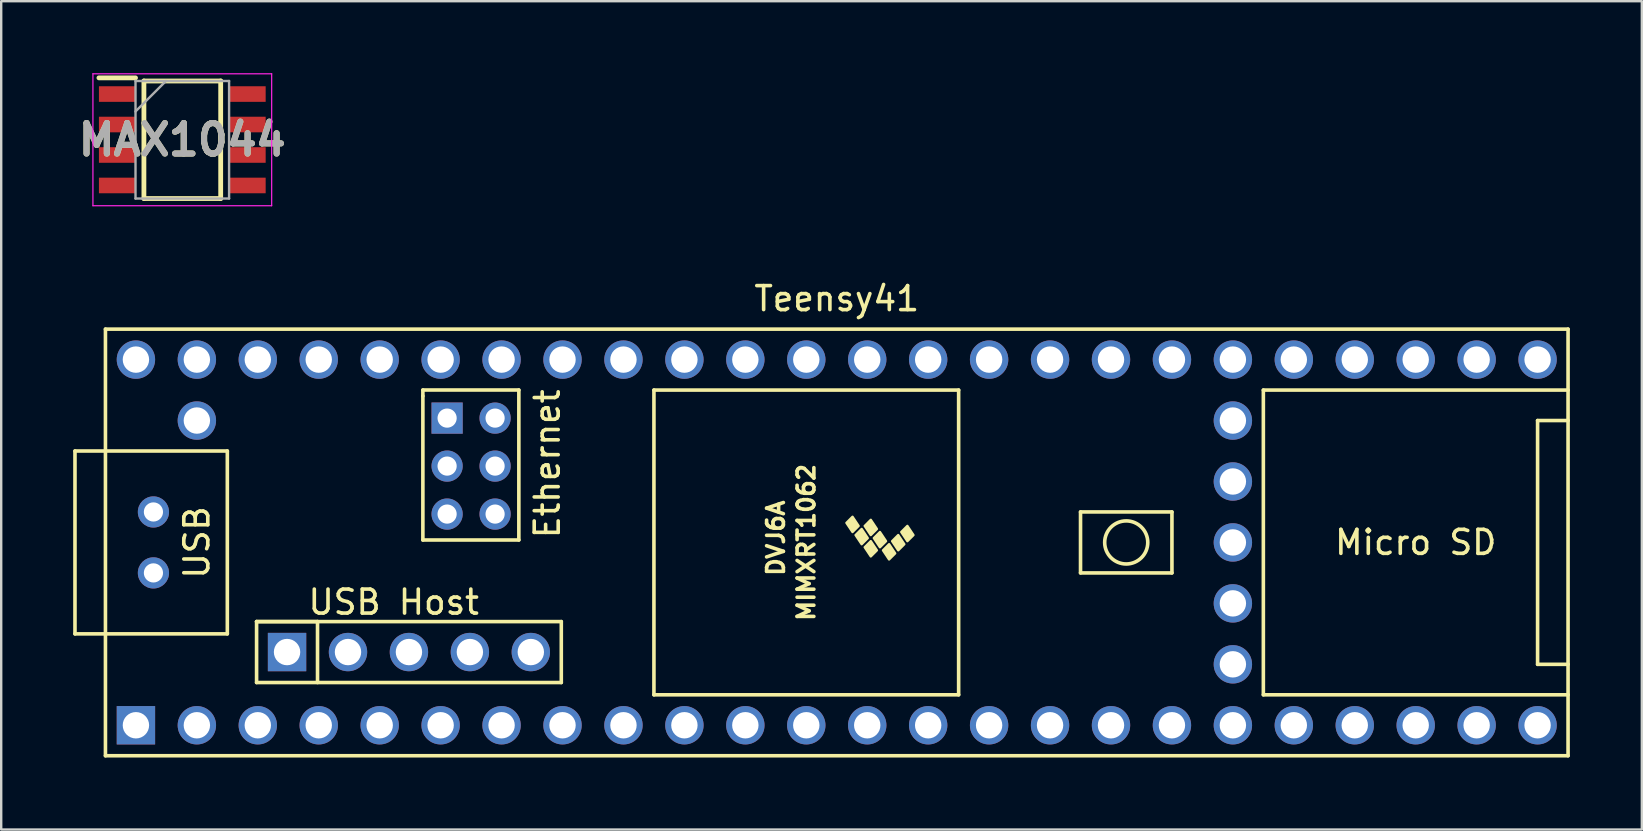
<source format=kicad_pcb>
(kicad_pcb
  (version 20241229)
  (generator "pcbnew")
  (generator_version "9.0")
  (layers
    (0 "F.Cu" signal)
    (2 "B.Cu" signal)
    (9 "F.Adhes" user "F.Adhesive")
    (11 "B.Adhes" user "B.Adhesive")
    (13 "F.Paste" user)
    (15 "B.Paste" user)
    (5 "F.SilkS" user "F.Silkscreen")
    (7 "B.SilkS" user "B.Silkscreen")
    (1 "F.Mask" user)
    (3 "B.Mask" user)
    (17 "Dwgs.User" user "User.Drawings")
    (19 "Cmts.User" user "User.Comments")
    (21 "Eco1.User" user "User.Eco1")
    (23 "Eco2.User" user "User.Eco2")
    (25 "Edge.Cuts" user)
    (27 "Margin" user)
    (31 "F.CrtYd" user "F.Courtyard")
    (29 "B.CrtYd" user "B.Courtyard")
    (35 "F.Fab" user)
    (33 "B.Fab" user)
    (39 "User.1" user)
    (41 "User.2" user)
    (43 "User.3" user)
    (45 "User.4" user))
  (footprint "MAX1044"
    (layer "F.Cu")
    (at 4.548 2.775)
    (property "Reference" "MAX1044" (at 0 0 0) (layer "F.SilkS") (effects (font (size 1.27 1.27) (thickness 0.254))))
    (attr smd)
    (fp_line (start -3.475 -2.58) (end -1.95 -2.58) (stroke (width 0.2) (type solid)) (layer "F.SilkS"))
    (fp_line (start -1.6 -2.45) (end 1.6 -2.45) (stroke (width 0.2) (type solid)) (layer "F.SilkS"))
    (fp_line (start -1.6 2.45) (end -1.6 -2.45) (stroke (width 0.2) (type solid)) (layer "F.SilkS"))
    (fp_line (start 1.6 -2.45) (end 1.6 2.45) (stroke (width 0.2) (type solid)) (layer "F.SilkS"))
    (fp_line (start 1.6 2.45) (end -1.6 2.45) (stroke (width 0.2) (type solid)) (layer "F.SilkS"))
    (fp_line (start -3.725 -2.75) (end 3.725 -2.75) (stroke (width 0.05) (type solid)) (layer "F.CrtYd"))
    (fp_line (start -3.725 2.75) (end -3.725 -2.75) (stroke (width 0.05) (type solid)) (layer "F.CrtYd"))
    (fp_line (start 3.725 -2.75) (end 3.725 2.75) (stroke (width 0.05) (type solid)) (layer "F.CrtYd"))
    (fp_line (start 3.725 2.75) (end -3.725 2.75) (stroke (width 0.05) (type solid)) (layer "F.CrtYd"))
    (fp_line (start -1.95 -2.45) (end 1.95 -2.45) (stroke (width 0.1) (type solid)) (layer "F.Fab"))
    (fp_line (start -1.95 -1.18) (end -0.68 -2.45) (stroke (width 0.1) (type solid)) (layer "F.Fab"))
    (fp_line (start -1.95 2.45) (end -1.95 -2.45) (stroke (width 0.1) (type solid)) (layer "F.Fab"))
    (fp_line (start 1.95 -2.45) (end 1.95 2.45) (stroke (width 0.1) (type solid)) (layer "F.Fab"))
    (fp_line (start 1.95 2.45) (end -1.95 2.45) (stroke (width 0.1) (type solid)) (layer "F.Fab"))
    (fp_text user "${REFERENCE}" (at 0 0 0) (layer "F.Fab") (effects (font (size 1.27 1.27) (thickness 0.254))))
    (pad "1" smd rect (at -2.712 -1.905 90) (size 0.65 1.525) (layers "F.Cu" "F.Mask" "F.Paste"))
    (pad "2" smd rect (at -2.712 -0.635 90) (size 0.65 1.525) (layers "F.Cu" "F.Mask" "F.Paste"))
    (pad "3" smd rect (at -2.712 0.635 90) (size 0.65 1.525) (layers "F.Cu" "F.Mask" "F.Paste"))
    (pad "4" smd rect (at -2.712 1.905 90) (size 0.65 1.525) (layers "F.Cu" "F.Mask" "F.Paste"))
    (pad "5" smd rect (at 2.712 1.905 90) (size 0.65 1.525) (layers "F.Cu" "F.Mask" "F.Paste"))
    (pad "6" smd rect (at 2.712 0.635 90) (size 0.65 1.525) (layers "F.Cu" "F.Mask" "F.Paste"))
    (pad "7" smd rect (at 2.712 -0.635 90) (size 0.65 1.525) (layers "F.Cu" "F.Mask" "F.Paste"))
    (pad "8" smd rect (at 2.712 -1.905 90) (size 0.65 1.525) (layers "F.Cu" "F.Mask" "F.Paste")))
  (footprint "Teensy41"
    (layer "F.Cu")
    (at 31.825 19.558)
    (property "Reference" "Teensy41" (at 0 -10.16 0) (layer "F.SilkS") (effects (font (size 1 1) (thickness 0.15))))
    (attr through_hole)
    (fp_line (start -31.75 -3.81) (end -30.48 -3.81) (stroke (width 0.15) (type solid)) (layer "F.SilkS"))
    (fp_line (start -31.75 3.81) (end -31.75 -3.81) (stroke (width 0.15) (type solid)) (layer "F.SilkS"))
    (fp_line (start -30.48 -8.89) (end 30.48 -8.89) (stroke (width 0.15) (type solid)) (layer "F.SilkS"))
    (fp_line (start -30.48 3.81) (end -31.75 3.81) (stroke (width 0.15) (type solid)) (layer "F.SilkS"))
    (fp_line (start -30.48 8.89) (end -30.48 -8.89) (stroke (width 0.15) (type solid)) (layer "F.SilkS"))
    (fp_line (start -25.4 -3.81) (end -30.48 -3.81) (stroke (width 0.15) (type solid)) (layer "F.SilkS"))
    (fp_line (start -25.4 3.81) (end -30.48 3.81) (stroke (width 0.15) (type solid)) (layer "F.SilkS"))
    (fp_line (start -25.4 3.81) (end -25.4 -3.81) (stroke (width 0.15) (type solid)) (layer "F.SilkS"))
    (fp_line (start -24.181 3.299) (end -21.641 3.299) (stroke (width 0.15) (type solid)) (layer "F.SilkS"))
    (fp_line (start -24.181 3.299) (end -11.481 3.299) (stroke (width 0.15) (type solid)) (layer "F.SilkS"))
    (fp_line (start -24.181 5.839) (end -24.181 3.299) (stroke (width 0.15) (type solid)) (layer "F.SilkS"))
    (fp_line (start -21.641 3.299) (end -21.641 5.839) (stroke (width 0.15) (type solid)) (layer "F.SilkS"))
    (fp_line (start -17.25 -6.352) (end -17.25 -6.102) (stroke (width 0.15) (type solid)) (layer "F.SilkS"))
    (fp_line (start -17.25 -6.102) (end -17.25 -0.102) (stroke (width 0.15) (type solid)) (layer "F.SilkS"))
    (fp_line (start -17.25 -0.102) (end -13.25 -0.102) (stroke (width 0.15) (type solid)) (layer "F.SilkS"))
    (fp_line (start -13.25 -6.352) (end -17.25 -6.352) (stroke (width 0.15) (type solid)) (layer "F.SilkS"))
    (fp_line (start -13.25 -0.102) (end -13.25 -6.352) (stroke (width 0.15) (type solid)) (layer "F.SilkS"))
    (fp_line (start -11.481 3.299) (end -11.481 5.839) (stroke (width 0.15) (type solid)) (layer "F.SilkS"))
    (fp_line (start -11.481 5.839) (end -24.181 5.839) (stroke (width 0.15) (type solid)) (layer "F.SilkS"))
    (fp_line (start -7.62 -6.35) (end -7.62 6.35) (stroke (width 0.15) (type solid)) (layer "F.SilkS"))
    (fp_line (start -7.62 6.35) (end 5.08 6.35) (stroke (width 0.15) (type solid)) (layer "F.SilkS"))
    (fp_line (start 5.08 -6.35) (end -7.62 -6.35) (stroke (width 0.15) (type solid)) (layer "F.SilkS"))
    (fp_line (start 5.08 6.35) (end 5.08 -6.35) (stroke (width 0.15) (type solid)) (layer "F.SilkS"))
    (fp_line (start 10.16 -1.27) (end 13.97 -1.27) (stroke (width 0.15) (type solid)) (layer "F.SilkS"))
    (fp_line (start 10.16 1.27) (end 10.16 -1.27) (stroke (width 0.15) (type solid)) (layer "F.SilkS"))
    (fp_line (start 13.97 -1.27) (end 13.97 1.27) (stroke (width 0.15) (type solid)) (layer "F.SilkS"))
    (fp_line (start 13.97 1.27) (end 10.16 1.27) (stroke (width 0.15) (type solid)) (layer "F.SilkS"))
    (fp_line (start 17.78 -6.35) (end 17.78 6.35) (stroke (width 0.15) (type solid)) (layer "F.SilkS"))
    (fp_line (start 17.78 6.35) (end 30.48 6.35) (stroke (width 0.15) (type solid)) (layer "F.SilkS"))
    (fp_line (start 29.21 -5.08) (end 29.21 5.08) (stroke (width 0.15) (type solid)) (layer "F.SilkS"))
    (fp_line (start 29.21 5.08) (end 30.48 5.08) (stroke (width 0.15) (type solid)) (layer "F.SilkS"))
    (fp_line (start 30.48 -8.89) (end 30.48 8.89) (stroke (width 0.15) (type solid)) (layer "F.SilkS"))
    (fp_line (start 30.48 -6.35) (end 17.78 -6.35) (stroke (width 0.15) (type solid)) (layer "F.SilkS"))
    (fp_line (start 30.48 -5.08) (end 29.21 -5.08) (stroke (width 0.15) (type solid)) (layer "F.SilkS"))
    (fp_line (start 30.48 8.89) (end -30.48 8.89) (stroke (width 0.15) (type solid)) (layer "F.SilkS"))
    (fp_circle (center 12.065 0) (end 12.7 -0.635) (stroke (width 0.15) (type solid)) (fill no) (layer "F.SilkS"))
    (fp_poly (pts (xy 0.911 -0.688) (xy 0.657 -0.434) (xy 0.403 -0.815) (xy 0.657 -1.069)) (stroke (width 0.1) (type solid)) (fill yes) (layer "F.SilkS"))
    (fp_poly (pts (xy 1.292 -0.18) (xy 1.038 0.074) (xy 0.784 -0.307) (xy 1.038 -0.561)) (stroke (width 0.1) (type solid)) (fill yes) (layer "F.SilkS"))
    (fp_poly (pts (xy 1.673 -0.561) (xy 1.419 -0.307) (xy 1.165 -0.688) (xy 1.419 -0.942)) (stroke (width 0.1) (type solid)) (fill yes) (layer "F.SilkS"))
    (fp_poly (pts (xy 1.673 0.328) (xy 1.419 0.582) (xy 1.165 0.201) (xy 1.419 -0.053)) (stroke (width 0.1) (type solid)) (fill yes) (layer "F.SilkS"))
    (fp_poly (pts (xy 2.054 -0.053) (xy 1.8 0.201) (xy 1.546 -0.18) (xy 1.8 -0.434)) (stroke (width 0.1) (type solid)) (fill yes) (layer "F.SilkS"))
    (fp_poly (pts (xy 2.435 0.455) (xy 2.181 0.709) (xy 1.927 0.328) (xy 2.181 0.074)) (stroke (width 0.1) (type solid)) (fill yes) (layer "F.SilkS"))
    (fp_poly (pts (xy 2.816 0.074) (xy 2.562 0.328) (xy 2.308 -0.053) (xy 2.562 -0.307)) (stroke (width 0.1) (type solid)) (fill yes) (layer "F.SilkS"))
    (fp_poly (pts (xy 3.197 -0.307) (xy 2.943 -0.053) (xy 2.689 -0.434) (xy 2.943 -0.688)) (stroke (width 0.1) (type solid)) (fill yes) (layer "F.SilkS"))
    (fp_text user "USB Host" (at -18.466 2.489 0) (layer "F.SilkS") (effects (font (size 1 1) (thickness 0.15))))
    (fp_text user "Ethernet" (at -12.065 -3.277 90) (layer "F.SilkS") (effects (font (size 1 1) (thickness 0.15))))
    (fp_text user "USB" (at -26.67 0 270) (layer "F.SilkS") (effects (font (size 1 1) (thickness 0.15))))
    (fp_text user "Micro SD" (at 24.13 0 0) (layer "F.SilkS") (effects (font (size 1 1) (thickness 0.15))))
    (fp_text user "DVJ6A" (at -2.54 -0.18 270) (layer "F.SilkS") (effects (font (size 0.7 0.7) (thickness 0.15))))
    (fp_text user "MIMXRT1062" (at -1.27 0 270) (layer "F.SilkS") (effects (font (size 0.7 0.7) (thickness 0.15))))
    (pad "1" thru_hole rect (at -29.21 7.62) (size 1.6 1.6) (drill 1.1) (layers "*.Cu" "*.Mask"))
    (pad "2" thru_hole circle (at -26.67 7.62) (size 1.6 1.6) (drill 1.1) (layers "*.Cu" "*.Mask"))
    (pad "3" thru_hole circle (at -24.13 7.62) (size 1.6 1.6) (drill 1.1) (layers "*.Cu" "*.Mask"))
    (pad "4" thru_hole circle (at -21.59 7.62) (size 1.6 1.6) (drill 1.1) (layers "*.Cu" "*.Mask"))
    (pad "5" thru_hole circle (at -19.05 7.62) (size 1.6 1.6) (drill 1.1) (layers "*.Cu" "*.Mask"))
    (pad "6" thru_hole circle (at -16.51 7.62) (size 1.6 1.6) (drill 1.1) (layers "*.Cu" "*.Mask"))
    (pad "7" thru_hole circle (at -13.97 7.62) (size 1.6 1.6) (drill 1.1) (layers "*.Cu" "*.Mask"))
    (pad "8" thru_hole circle (at -11.43 7.62) (size 1.6 1.6) (drill 1.1) (layers "*.Cu" "*.Mask"))
    (pad "9" thru_hole circle (at -8.89 7.62) (size 1.6 1.6) (drill 1.1) (layers "*.Cu" "*.Mask"))
    (pad "10" thru_hole circle (at -6.35 7.62) (size 1.6 1.6) (drill 1.1) (layers "*.Cu" "*.Mask"))
    (pad "11" thru_hole circle (at -3.81 7.62) (size 1.6 1.6) (drill 1.1) (layers "*.Cu" "*.Mask"))
    (pad "12" thru_hole circle (at -1.27 7.62) (size 1.6 1.6) (drill 1.1) (layers "*.Cu" "*.Mask"))
    (pad "13" thru_hole circle (at 1.27 7.62) (size 1.6 1.6) (drill 1.1) (layers "*.Cu" "*.Mask"))
    (pad "14" thru_hole circle (at 3.81 7.62) (size 1.6 1.6) (drill 1.1) (layers "*.Cu" "*.Mask"))
    (pad "15" thru_hole circle (at 6.35 7.62) (size 1.6 1.6) (drill 1.1) (layers "*.Cu" "*.Mask"))
    (pad "16" thru_hole circle (at 8.89 7.62) (size 1.6 1.6) (drill 1.1) (layers "*.Cu" "*.Mask"))
    (pad "17" thru_hole circle (at 11.43 7.62) (size 1.6 1.6) (drill 1.1) (layers "*.Cu" "*.Mask"))
    (pad "18" thru_hole circle (at 13.97 7.62) (size 1.6 1.6) (drill 1.1) (layers "*.Cu" "*.Mask"))
    (pad "19" thru_hole circle (at 16.51 7.62) (size 1.6 1.6) (drill 1.1) (layers "*.Cu" "*.Mask"))
    (pad "20" thru_hole circle (at 19.05 7.62) (size 1.6 1.6) (drill 1.1) (layers "*.Cu" "*.Mask"))
    (pad "21" thru_hole circle (at 21.59 7.62) (size 1.6 1.6) (drill 1.1) (layers "*.Cu" "*.Mask"))
    (pad "22" thru_hole circle (at 24.13 7.62) (size 1.6 1.6) (drill 1.1) (layers "*.Cu" "*.Mask"))
    (pad "23" thru_hole circle (at 26.67 7.62) (size 1.6 1.6) (drill 1.1) (layers "*.Cu" "*.Mask"))
    (pad "24" thru_hole circle (at 29.21 7.62) (size 1.6 1.6) (drill 1.1) (layers "*.Cu" "*.Mask"))
    (pad "25" thru_hole circle (at 29.21 -7.62) (size 1.6 1.6) (drill 1.1) (layers "*.Cu" "*.Mask"))
    (pad "26" thru_hole circle (at 26.67 -7.62) (size 1.6 1.6) (drill 1.1) (layers "*.Cu" "*.Mask"))
    (pad "27" thru_hole circle (at 24.13 -7.62) (size 1.6 1.6) (drill 1.1) (layers "*.Cu" "*.Mask"))
    (pad "28" thru_hole circle (at 21.59 -7.62) (size 1.6 1.6) (drill 1.1) (layers "*.Cu" "*.Mask"))
    (pad "29" thru_hole circle (at 19.05 -7.62) (size 1.6 1.6) (drill 1.1) (layers "*.Cu" "*.Mask"))
    (pad "30" thru_hole circle (at 16.51 -7.62) (size 1.6 1.6) (drill 1.1) (layers "*.Cu" "*.Mask"))
    (pad "31" thru_hole circle (at 13.97 -7.62) (size 1.6 1.6) (drill 1.1) (layers "*.Cu" "*.Mask"))
    (pad "32" thru_hole circle (at 11.43 -7.62) (size 1.6 1.6) (drill 1.1) (layers "*.Cu" "*.Mask"))
    (pad "33" thru_hole circle (at 8.89 -7.62) (size 1.6 1.6) (drill 1.1) (layers "*.Cu" "*.Mask"))
    (pad "34" thru_hole circle (at 6.35 -7.62) (size 1.6 1.6) (drill 1.1) (layers "*.Cu" "*.Mask"))
    (pad "35" thru_hole circle (at 3.81 -7.62) (size 1.6 1.6) (drill 1.1) (layers "*.Cu" "*.Mask"))
    (pad "36" thru_hole circle (at 1.27 -7.62) (size 1.6 1.6) (drill 1.1) (layers "*.Cu" "*.Mask"))
    (pad "37" thru_hole circle (at -1.27 -7.62) (size 1.6 1.6) (drill 1.1) (layers "*.Cu" "*.Mask"))
    (pad "38" thru_hole circle (at -3.81 -7.62) (size 1.6 1.6) (drill 1.1) (layers "*.Cu" "*.Mask"))
    (pad "39" thru_hole circle (at -6.35 -7.62) (size 1.6 1.6) (drill 1.1) (layers "*.Cu" "*.Mask"))
    (pad "40" thru_hole circle (at -8.89 -7.62) (size 1.6 1.6) (drill 1.1) (layers "*.Cu" "*.Mask"))
    (pad "41" thru_hole circle (at -11.43 -7.62) (size 1.6 1.6) (drill 1.1) (layers "*.Cu" "*.Mask"))
    (pad "42" thru_hole circle (at -13.97 -7.62) (size 1.6 1.6) (drill 1.1) (layers "*.Cu" "*.Mask"))
    (pad "43" thru_hole circle (at -16.51 -7.62) (size 1.6 1.6) (drill 1.1) (layers "*.Cu" "*.Mask"))
    (pad "44" thru_hole circle (at -19.05 -7.62) (size 1.6 1.6) (drill 1.1) (layers "*.Cu" "*.Mask"))
    (pad "45" thru_hole circle (at -21.59 -7.62) (size 1.6 1.6) (drill 1.1) (layers "*.Cu" "*.Mask"))
    (pad "46" thru_hole circle (at -24.13 -7.62) (size 1.6 1.6) (drill 1.1) (layers "*.Cu" "*.Mask"))
    (pad "47" thru_hole circle (at -26.67 -7.62) (size 1.6 1.6) (drill 1.1) (layers "*.Cu" "*.Mask"))
    (pad "48" thru_hole circle (at -29.21 -7.62) (size 1.6 1.6) (drill 1.1) (layers "*.Cu" "*.Mask"))
    (pad "49" thru_hole circle (at -26.67 -5.08) (size 1.6 1.6) (drill 1.1) (layers "*.Cu" "*.Mask"))
    (pad "50" thru_hole circle (at 16.51 5.08) (size 1.6 1.6) (drill 1.1) (layers "*.Cu" "*.Mask"))
    (pad "51" thru_hole circle (at 16.51 2.54) (size 1.6 1.6) (drill 1.1) (layers "*.Cu" "*.Mask"))
    (pad "52" thru_hole circle (at 16.51 0) (size 1.6 1.6) (drill 1.1) (layers "*.Cu" "*.Mask"))
    (pad "53" thru_hole circle (at 16.51 -2.54) (size 1.6 1.6) (drill 1.1) (layers "*.Cu" "*.Mask"))
    (pad "54" thru_hole circle (at 16.51 -5.08) (size 1.6 1.6) (drill 1.1) (layers "*.Cu" "*.Mask"))
    (pad "55" thru_hole rect (at -22.911 4.569) (size 1.6 1.6) (drill 1.1) (layers "*.Cu" "*.Mask"))
    (pad "56" thru_hole circle (at -20.371 4.569) (size 1.6 1.6) (drill 1.1) (layers "*.Cu" "*.Mask"))
    (pad "57" thru_hole circle (at -17.831 4.569) (size 1.6 1.6) (drill 1.1) (layers "*.Cu" "*.Mask"))
    (pad "58" thru_hole circle (at -15.291 4.569) (size 1.6 1.6) (drill 1.1) (layers "*.Cu" "*.Mask"))
    (pad "59" thru_hole circle (at -12.751 4.569) (size 1.6 1.6) (drill 1.1) (layers "*.Cu" "*.Mask"))
    (pad "60" thru_hole rect (at -16.24 -5.182) (size 1.3 1.3) (drill 0.8) (layers "*.Cu" "*.Mask"))
    (pad "61" thru_hole circle (at -16.24 -3.182) (size 1.3 1.3) (drill 0.8) (layers "*.Cu" "*.Mask"))
    (pad "62" thru_hole circle (at -16.24 -1.182) (size 1.3 1.3) (drill 0.8) (layers "*.Cu" "*.Mask"))
    (pad "63" thru_hole circle (at -14.24 -1.182) (size 1.3 1.3) (drill 0.8) (layers "*.Cu" "*.Mask"))
    (pad "64" thru_hole circle (at -14.24 -3.182) (size 1.3 1.3) (drill 0.8) (layers "*.Cu" "*.Mask"))
    (pad "65" thru_hole circle (at -14.24 -5.182) (size 1.3 1.3) (drill 0.8) (layers "*.Cu" "*.Mask"))
    (pad "66" thru_hole circle (at -28.48 -1.27) (size 1.3 1.3) (drill 0.8) (layers "*.Cu" "*.Mask"))
    (pad "67" thru_hole circle (at -28.48 1.27) (size 1.3 1.3) (drill 0.8) (layers "*.Cu" "*.Mask")))
  (gr_rect
    (start -3 -3)
    (end 65.38 31.523)
    (stroke (width 0.1) (type default))
    (fill no)
    (layer "Edge.Cuts")))
</source>
